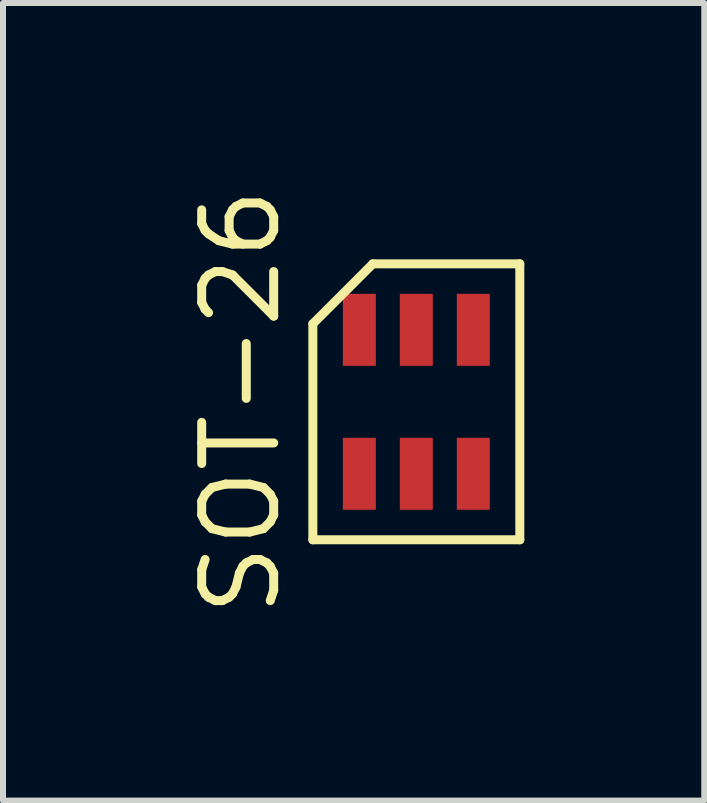
<source format=kicad_pcb>
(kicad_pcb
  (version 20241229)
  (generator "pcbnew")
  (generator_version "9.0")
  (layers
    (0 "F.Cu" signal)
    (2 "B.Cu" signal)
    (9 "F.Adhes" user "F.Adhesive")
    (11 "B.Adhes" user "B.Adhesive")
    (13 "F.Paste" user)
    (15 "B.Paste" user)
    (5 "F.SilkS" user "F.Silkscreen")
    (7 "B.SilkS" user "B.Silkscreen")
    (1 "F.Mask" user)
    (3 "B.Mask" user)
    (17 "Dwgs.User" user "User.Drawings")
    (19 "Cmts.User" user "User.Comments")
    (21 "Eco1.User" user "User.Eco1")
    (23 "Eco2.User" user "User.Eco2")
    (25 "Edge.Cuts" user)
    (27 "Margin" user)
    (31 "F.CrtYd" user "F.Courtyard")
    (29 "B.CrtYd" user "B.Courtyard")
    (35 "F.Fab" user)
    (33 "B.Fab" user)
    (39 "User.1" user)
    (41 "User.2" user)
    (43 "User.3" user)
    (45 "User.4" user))
  (footprint "SOT-26"
    (layer "F.Cu")
    (at 3.89 3.648)
    (property "Reference" "SOT-26" (at -2.925 0 90) (layer "F.SilkS") (effects (font (size 1.2 1.2) (thickness 0.15))))
    (attr through_hole)
    (fp_line (start -1.725 -1.3) (end -1.725 2.3) (stroke (width 0.15) (type solid)) (layer "F.SilkS"))
    (fp_line (start -1.725 2.3) (end 1.725 2.3) (stroke (width 0.15) (type solid)) (layer "F.SilkS"))
    (fp_line (start -0.725 -2.3) (end -1.725 -1.3) (stroke (width 0.15) (type solid)) (layer "F.SilkS"))
    (fp_line (start 1.725 -2.3) (end -0.725 -2.3) (stroke (width 0.15) (type solid)) (layer "F.SilkS"))
    (fp_line (start 1.725 2.3) (end 1.725 -2.3) (stroke (width 0.15) (type solid)) (layer "F.SilkS"))
    (pad "1" smd rect (at -0.95 1.2) (size 0.55 1.2) (layers "F.Cu" "F.Mask" "F.Paste"))
    (pad "2" smd rect (at 0 1.2) (size 0.55 1.2) (layers "F.Cu" "F.Mask" "F.Paste"))
    (pad "3" smd rect (at 0.95 1.2) (size 0.55 1.2) (layers "F.Cu" "F.Mask" "F.Paste"))
    (pad "4" smd rect (at 0.95 -1.2) (size 0.55 1.2) (layers "F.Cu" "F.Mask" "F.Paste"))
    (pad "5" smd rect (at 0 -1.2) (size 0.55 1.2) (layers "F.Cu" "F.Mask" "F.Paste"))
    (pad "6" smd rect (at -0.95 -1.2) (size 0.55 1.2) (layers "F.Cu" "F.Mask" "F.Paste")))
  (gr_rect
    (start -3 -3)
    (end 8.69 10.296)
    (stroke (width 0.1) (type default))
    (fill no)
    (layer "Edge.Cuts")))
</source>
